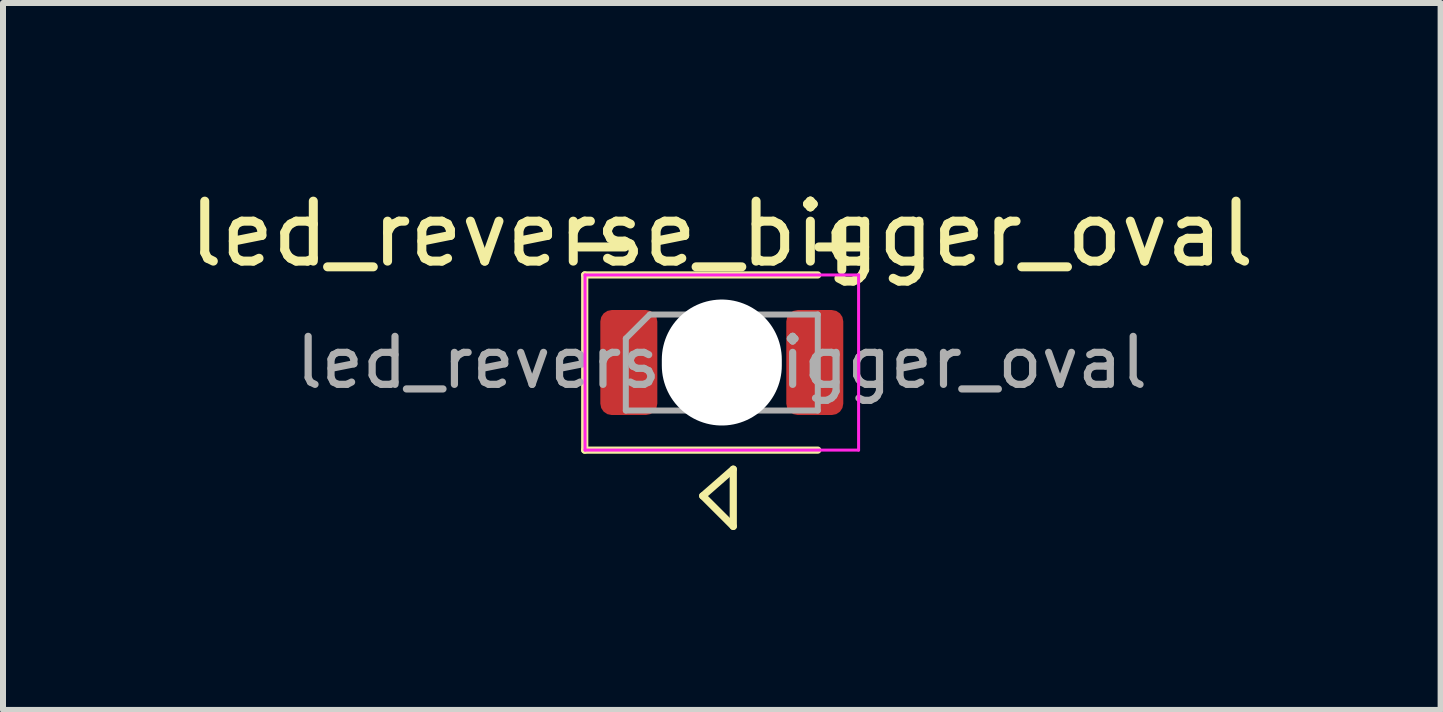
<source format=kicad_pcb>
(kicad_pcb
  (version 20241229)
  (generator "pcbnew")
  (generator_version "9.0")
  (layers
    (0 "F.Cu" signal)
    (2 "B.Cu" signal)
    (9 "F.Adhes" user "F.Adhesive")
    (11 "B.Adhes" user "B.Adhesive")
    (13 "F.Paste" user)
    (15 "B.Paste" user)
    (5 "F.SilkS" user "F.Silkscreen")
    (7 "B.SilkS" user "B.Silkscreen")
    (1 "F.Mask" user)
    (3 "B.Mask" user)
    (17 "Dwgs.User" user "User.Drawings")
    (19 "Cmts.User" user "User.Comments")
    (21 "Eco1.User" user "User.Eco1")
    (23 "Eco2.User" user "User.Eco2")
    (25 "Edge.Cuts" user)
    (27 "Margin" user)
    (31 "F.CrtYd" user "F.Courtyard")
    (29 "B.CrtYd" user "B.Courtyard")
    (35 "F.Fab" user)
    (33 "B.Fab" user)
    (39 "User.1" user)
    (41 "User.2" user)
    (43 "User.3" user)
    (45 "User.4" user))
  (footprint "led_reverse_bigger_oval"
    (layer "F.Cu")
    (at 8.982 2.993)
    (property "Reference" "led_reverse_bigger_oval" (at 0 -2.145 180) (layer "F.SilkS") (effects (font (size 1 1) (thickness 0.15))))
    (attr smd)
    (fp_line (start -2.285 -1.46) (end -2.285 1.46) (stroke (width 0.12) (type solid)) (layer "F.SilkS"))
    (fp_line (start -2.285 1.46) (end 1.6 1.46) (stroke (width 0.12) (type solid)) (layer "F.SilkS"))
    (fp_line (start -0.318 2.223) (end 0.191 1.778) (stroke (width 0.12) (type solid)) (layer "F.SilkS"))
    (fp_line (start 0.191 1.778) (end 0.191 2.731) (stroke (width 0.12) (type solid)) (layer "F.SilkS"))
    (fp_line (start 0.191 2.731) (end -0.318 2.223) (stroke (width 0.12) (type solid)) (layer "F.SilkS"))
    (fp_line (start 1.6 -1.46) (end -2.285 -1.46) (stroke (width 0.12) (type solid)) (layer "F.SilkS"))
    (fp_line (start -2.28 -1.46) (end 2.28 -1.46) (stroke (width 0.05) (type solid)) (layer "F.CrtYd"))
    (fp_line (start -2.28 1.46) (end -2.28 -1.46) (stroke (width 0.05) (type solid)) (layer "F.CrtYd"))
    (fp_line (start -0.6 -0.6) (end 0.6 -0.6) (stroke (width 0.12) (type solid)) (layer "F.CrtYd"))
    (fp_line (start -0.6 0.6) (end -0.6 -0.6) (stroke (width 0.12) (type solid)) (layer "F.CrtYd"))
    (fp_line (start 0.6 -0.6) (end 0.6 0.6) (stroke (width 0.12) (type solid)) (layer "F.CrtYd"))
    (fp_line (start 0.6 0.6) (end -0.6 0.6) (stroke (width 0.12) (type solid)) (layer "F.CrtYd"))
    (fp_line (start 2.28 -1.46) (end 2.28 1.46) (stroke (width 0.05) (type solid)) (layer "F.CrtYd"))
    (fp_line (start 2.28 1.46) (end -2.28 1.46) (stroke (width 0.05) (type solid)) (layer "F.CrtYd"))
    (fp_line (start -1.6 -0.4) (end -1.6 0.8) (stroke (width 0.1) (type solid)) (layer "F.Fab"))
    (fp_line (start -1.6 0.8) (end 1.6 0.8) (stroke (width 0.1) (type solid)) (layer "F.Fab"))
    (fp_line (start -1.2 -0.8) (end -1.6 -0.4) (stroke (width 0.1) (type solid)) (layer "F.Fab"))
    (fp_line (start 1.6 -0.8) (end -1.2 -0.8) (stroke (width 0.1) (type solid)) (layer "F.Fab"))
    (fp_line (start 1.6 0.8) (end 1.6 -0.8) (stroke (width 0.1) (type solid)) (layer "F.Fab"))
    (fp_text user "+" (at 2 -2 180) (layer "F.SilkS") (effects (font (size 1 1) (thickness 0.15))))
    (fp_text user "-" (at -2 -2 180) (layer "F.SilkS") (effects (font (size 1 1) (thickness 0.15))))
    (fp_text user "${REFERENCE}" (at 0 0 180) (layer "F.Fab") (effects (font (size 0.8 0.8) (thickness 0.12))))
    (pad "" np_thru_hole oval (at 0 0) (size 2 2.1) (drill oval 2 2.1) (layers "*.Cu" "*.Mask"))
    (pad "1" smd roundrect (at -1.55 0) (size 0.95 1.75) (layers "F.Cu" "F.Mask" "F.Paste") (roundrect_rratio 0.2))
    (pad "2" smd roundrect (at 1.55 0) (size 0.95 1.75) (layers "F.Cu" "F.Mask" "F.Paste") (roundrect_rratio 0.2)))
  (gr_rect
    (start -3 -3)
    (end 20.964 8.784)
    (stroke (width 0.1) (type default))
    (fill no)
    (layer "Edge.Cuts")))
</source>
